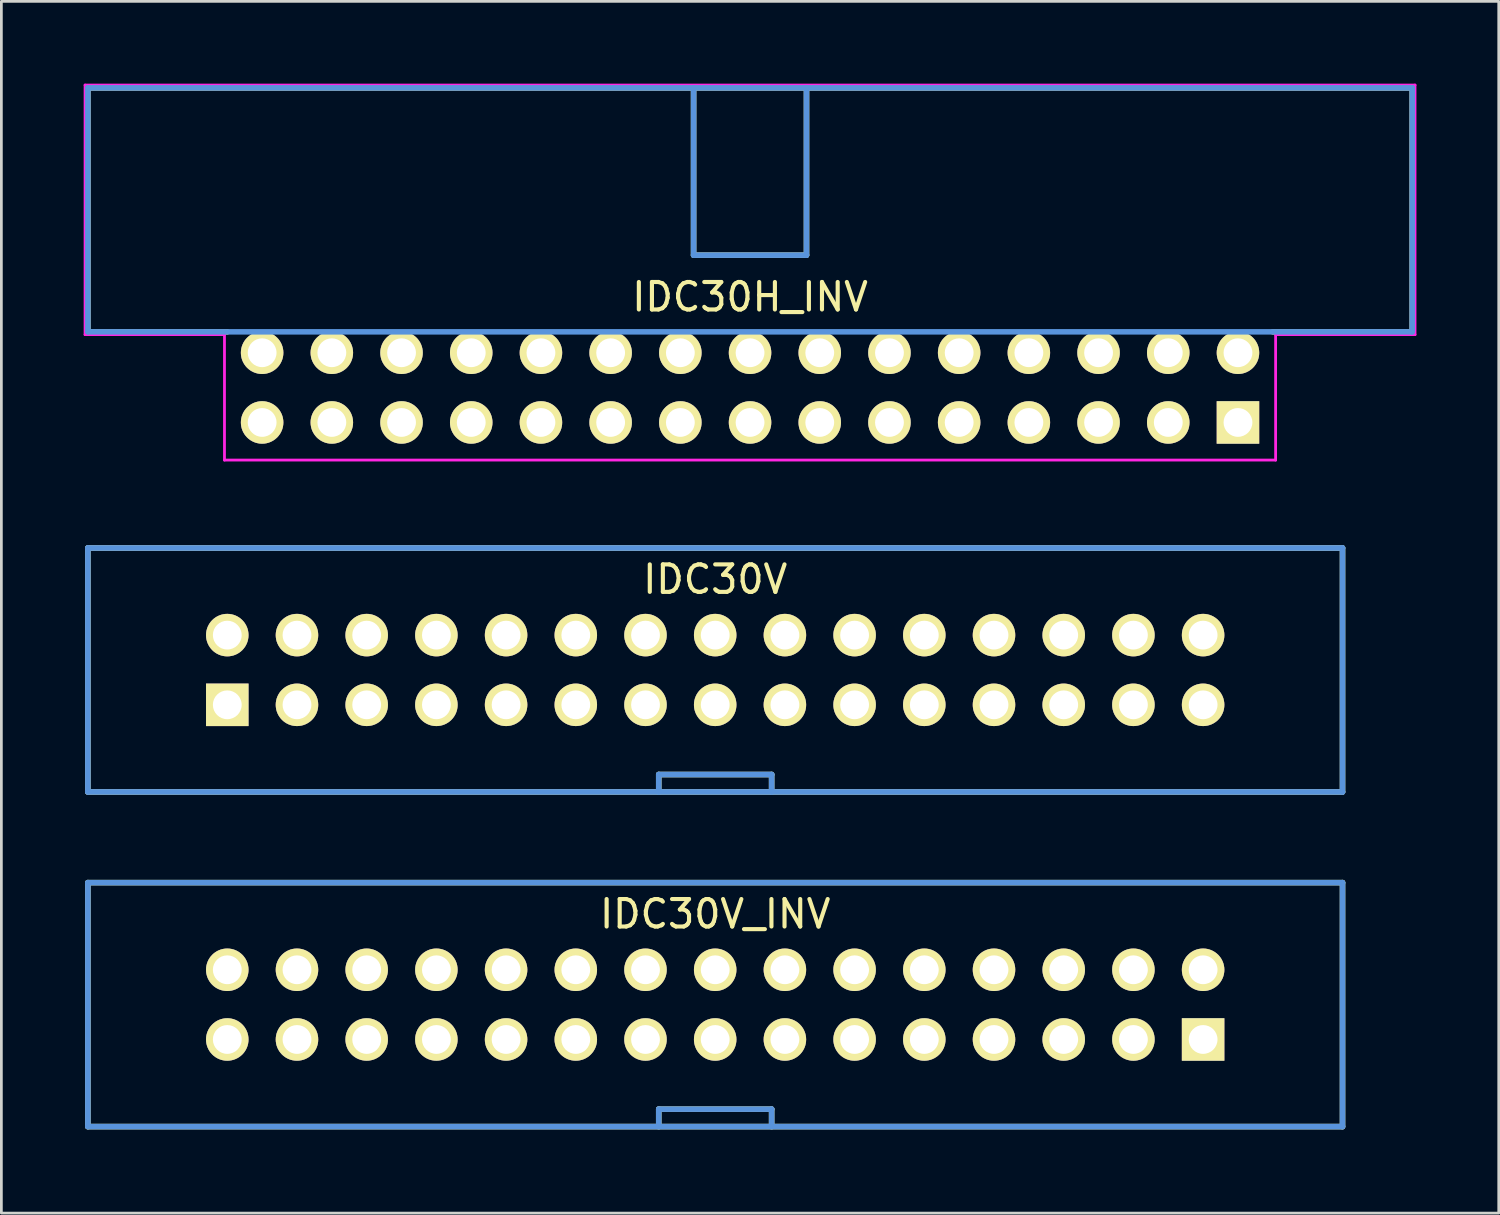
<source format=kicad_pcb>
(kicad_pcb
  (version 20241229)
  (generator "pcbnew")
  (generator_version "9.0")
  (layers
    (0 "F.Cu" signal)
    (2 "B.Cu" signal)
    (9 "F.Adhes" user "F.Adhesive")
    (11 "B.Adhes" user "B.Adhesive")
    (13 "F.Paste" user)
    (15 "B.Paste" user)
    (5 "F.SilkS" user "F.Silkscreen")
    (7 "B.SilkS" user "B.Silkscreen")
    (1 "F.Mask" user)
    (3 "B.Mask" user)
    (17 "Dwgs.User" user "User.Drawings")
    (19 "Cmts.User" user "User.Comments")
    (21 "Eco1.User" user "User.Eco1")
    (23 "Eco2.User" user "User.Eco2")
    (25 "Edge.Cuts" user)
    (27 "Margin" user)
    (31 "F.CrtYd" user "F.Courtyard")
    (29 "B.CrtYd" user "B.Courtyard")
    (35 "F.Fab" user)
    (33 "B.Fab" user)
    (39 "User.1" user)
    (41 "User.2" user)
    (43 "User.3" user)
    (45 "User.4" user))
  (footprint "IDC30V"
    (layer "F.Cu")
    (at 5.232 22.634)
    (property "Reference" "IDC30V" (at 17.78 -4.572 0) (layer "F.SilkS") (effects (font (size 1.001 1.001) (thickness 0.15))))
    (attr through_hole)
    (fp_line (start -5.08 -5.715) (end 40.64 -5.715) (stroke (width 0.203) (type solid)) (layer "F.SilkS"))
    (fp_line (start -5.08 3.175) (end -5.08 -5.715) (stroke (width 0.203) (type solid)) (layer "F.SilkS"))
    (fp_line (start 15.723 2.54) (end 19.837 2.54) (stroke (width 0.203) (type solid)) (layer "F.SilkS"))
    (fp_line (start 15.723 3.175) (end 15.723 2.54) (stroke (width 0.203) (type solid)) (layer "F.SilkS"))
    (fp_line (start 19.837 3.175) (end 19.837 2.54) (stroke (width 0.203) (type solid)) (layer "F.SilkS"))
    (fp_line (start 40.64 -5.715) (end 40.64 3.175) (stroke (width 0.203) (type solid)) (layer "F.SilkS"))
    (fp_line (start 40.64 3.175) (end -5.08 3.175) (stroke (width 0.203) (type solid)) (layer "F.SilkS"))
    (fp_line (start -5.08 -5.715) (end 40.64 -5.715) (stroke (width 0.203) (type solid)) (layer "Cmts.User"))
    (fp_line (start -5.08 3.175) (end -5.08 -5.715) (stroke (width 0.203) (type solid)) (layer "Cmts.User"))
    (fp_line (start 15.723 2.54) (end 19.837 2.54) (stroke (width 0.203) (type solid)) (layer "Cmts.User"))
    (fp_line (start 15.723 3.175) (end 15.723 2.54) (stroke (width 0.203) (type solid)) (layer "Cmts.User"))
    (fp_line (start 19.837 3.175) (end 19.837 2.54) (stroke (width 0.203) (type solid)) (layer "Cmts.User"))
    (fp_line (start 40.64 -5.715) (end 40.64 3.175) (stroke (width 0.203) (type solid)) (layer "Cmts.User"))
    (fp_line (start 40.64 3.175) (end -5.08 3.175) (stroke (width 0.203) (type solid)) (layer "Cmts.User"))
    (fp_line (start -5.182 -5.817) (end 40.742 -5.817) (stroke (width 0.102) (type solid)) (layer "Eco1.User"))
    (fp_line (start -5.182 3.277) (end -5.182 -5.817) (stroke (width 0.102) (type solid)) (layer "Eco1.User"))
    (fp_line (start 40.742 -5.817) (end 40.742 3.277) (stroke (width 0.102) (type solid)) (layer "Eco1.User"))
    (fp_line (start 40.742 3.277) (end -5.182 3.277) (stroke (width 0.102) (type solid)) (layer "Eco1.User"))
    (pad "1" thru_hole rect (at 0 0) (size 1.549 1.549) (drill 1.049) (layers "*.Cu" "*.Mask" "F.SilkS"))
    (pad "2" thru_hole circle (at 0 -2.54) (size 1.549 1.549) (drill 1.049) (layers "*.Cu" "*.Mask" "F.SilkS"))
    (pad "3" thru_hole circle (at 2.54 0) (size 1.549 1.549) (drill 1.049) (layers "*.Cu" "*.Mask" "F.SilkS"))
    (pad "4" thru_hole circle (at 2.54 -2.54) (size 1.549 1.549) (drill 1.049) (layers "*.Cu" "*.Mask" "F.SilkS"))
    (pad "5" thru_hole circle (at 5.08 0) (size 1.549 1.549) (drill 1.049) (layers "*.Cu" "*.Mask" "F.SilkS"))
    (pad "6" thru_hole circle (at 5.08 -2.54) (size 1.549 1.549) (drill 1.049) (layers "*.Cu" "*.Mask" "F.SilkS"))
    (pad "7" thru_hole circle (at 7.62 0) (size 1.549 1.549) (drill 1.049) (layers "*.Cu" "*.Mask" "F.SilkS"))
    (pad "8" thru_hole circle (at 7.62 -2.54) (size 1.549 1.549) (drill 1.049) (layers "*.Cu" "*.Mask" "F.SilkS"))
    (pad "9" thru_hole circle (at 10.16 0) (size 1.549 1.549) (drill 1.049) (layers "*.Cu" "*.Mask" "F.SilkS"))
    (pad "10" thru_hole circle (at 10.16 -2.54) (size 1.549 1.549) (drill 1.049) (layers "*.Cu" "*.Mask" "F.SilkS"))
    (pad "11" thru_hole circle (at 12.7 0) (size 1.549 1.549) (drill 1.049) (layers "*.Cu" "*.Mask" "F.SilkS"))
    (pad "12" thru_hole circle (at 12.7 -2.54) (size 1.549 1.549) (drill 1.049) (layers "*.Cu" "*.Mask" "F.SilkS"))
    (pad "13" thru_hole circle (at 15.24 0) (size 1.549 1.549) (drill 1.049) (layers "*.Cu" "*.Mask" "F.SilkS"))
    (pad "14" thru_hole circle (at 15.24 -2.54) (size 1.549 1.549) (drill 1.049) (layers "*.Cu" "*.Mask" "F.SilkS"))
    (pad "15" thru_hole circle (at 17.78 0) (size 1.549 1.549) (drill 1.049) (layers "*.Cu" "*.Mask" "F.SilkS"))
    (pad "16" thru_hole circle (at 17.78 -2.54) (size 1.549 1.549) (drill 1.049) (layers "*.Cu" "*.Mask" "F.SilkS"))
    (pad "17" thru_hole circle (at 20.32 0) (size 1.549 1.549) (drill 1.049) (layers "*.Cu" "*.Mask" "F.SilkS"))
    (pad "18" thru_hole circle (at 20.32 -2.54) (size 1.549 1.549) (drill 1.049) (layers "*.Cu" "*.Mask" "F.SilkS"))
    (pad "19" thru_hole circle (at 22.86 0) (size 1.549 1.549) (drill 1.049) (layers "*.Cu" "*.Mask" "F.SilkS"))
    (pad "20" thru_hole circle (at 22.86 -2.54) (size 1.549 1.549) (drill 1.049) (layers "*.Cu" "*.Mask" "F.SilkS"))
    (pad "21" thru_hole circle (at 25.4 0) (size 1.549 1.549) (drill 1.049) (layers "*.Cu" "*.Mask" "F.SilkS"))
    (pad "22" thru_hole circle (at 25.4 -2.54) (size 1.549 1.549) (drill 1.049) (layers "*.Cu" "*.Mask" "F.SilkS"))
    (pad "23" thru_hole circle (at 27.94 0) (size 1.549 1.549) (drill 1.049) (layers "*.Cu" "*.Mask" "F.SilkS"))
    (pad "24" thru_hole circle (at 27.94 -2.54) (size 1.549 1.549) (drill 1.049) (layers "*.Cu" "*.Mask" "F.SilkS"))
    (pad "25" thru_hole circle (at 30.48 0) (size 1.549 1.549) (drill 1.049) (layers "*.Cu" "*.Mask" "F.SilkS"))
    (pad "26" thru_hole circle (at 30.48 -2.54) (size 1.549 1.549) (drill 1.049) (layers "*.Cu" "*.Mask" "F.SilkS"))
    (pad "27" thru_hole circle (at 33.02 0) (size 1.549 1.549) (drill 1.049) (layers "*.Cu" "*.Mask" "F.SilkS"))
    (pad "28" thru_hole circle (at 33.02 -2.54) (size 1.549 1.549) (drill 1.049) (layers "*.Cu" "*.Mask" "F.SilkS"))
    (pad "29" thru_hole circle (at 35.56 0) (size 1.549 1.549) (drill 1.049) (layers "*.Cu" "*.Mask" "F.SilkS"))
    (pad "30" thru_hole circle (at 35.56 -2.54) (size 1.549 1.549) (drill 1.049) (layers "*.Cu" "*.Mask" "F.SilkS")))
  (footprint "IDC30H_INV"
    (layer "F.Cu")
    (at 6.502 12.344)
    (property "Reference" "IDC30H_INV" (at 17.78 -4.572 0) (layer "F.SilkS") (effects (font (size 1.001 1.001) (thickness 0.15))))
    (attr through_hole)
    (fp_line (start -6.35 -12.192) (end 41.91 -12.192) (stroke (width 0.203) (type solid)) (layer "F.SilkS"))
    (fp_line (start -6.35 -3.302) (end -6.35 -12.192) (stroke (width 0.203) (type solid)) (layer "F.SilkS"))
    (fp_line (start -6.35 -3.302) (end -1.27 -3.302) (stroke (width 0.203) (type solid)) (layer "F.SilkS"))
    (fp_line (start 15.723 -12.192) (end 15.723 -6.096) (stroke (width 0.203) (type solid)) (layer "F.SilkS"))
    (fp_line (start 15.723 -6.096) (end 19.837 -6.096) (stroke (width 0.203) (type solid)) (layer "F.SilkS"))
    (fp_line (start 19.837 -12.192) (end 19.837 -6.096) (stroke (width 0.203) (type solid)) (layer "F.SilkS"))
    (fp_line (start 41.91 -12.192) (end 41.91 -3.302) (stroke (width 0.203) (type solid)) (layer "F.SilkS"))
    (fp_line (start 41.91 -3.302) (end 36.83 -3.302) (stroke (width 0.203) (type solid)) (layer "F.SilkS"))
    (fp_line (start -6.35 -12.192) (end -6.35 -3.302) (stroke (width 0.203) (type solid)) (layer "Cmts.User"))
    (fp_line (start -6.35 -3.302) (end 41.91 -3.302) (stroke (width 0.203) (type solid)) (layer "Cmts.User"))
    (fp_line (start 15.723 -12.192) (end 15.723 -6.096) (stroke (width 0.203) (type solid)) (layer "Cmts.User"))
    (fp_line (start 15.723 -6.096) (end 19.837 -6.096) (stroke (width 0.203) (type solid)) (layer "Cmts.User"))
    (fp_line (start 19.837 -12.192) (end 19.837 -6.096) (stroke (width 0.203) (type solid)) (layer "Cmts.User"))
    (fp_line (start 41.91 -12.192) (end -6.35 -12.192) (stroke (width 0.203) (type solid)) (layer "Cmts.User"))
    (fp_line (start 41.91 -3.302) (end 41.91 -12.192) (stroke (width 0.203) (type solid)) (layer "Cmts.User"))
    (fp_line (start -6.452 -12.294) (end -6.452 -3.2) (stroke (width 0.102) (type solid)) (layer "F.CrtYd"))
    (fp_line (start -6.452 -3.2) (end -1.372 -3.2) (stroke (width 0.102) (type solid)) (layer "F.CrtYd"))
    (fp_line (start -1.372 -3.2) (end -1.372 1.372) (stroke (width 0.102) (type solid)) (layer "F.CrtYd"))
    (fp_line (start -1.372 1.372) (end 36.932 1.372) (stroke (width 0.102) (type solid)) (layer "F.CrtYd"))
    (fp_line (start 36.932 -3.2) (end 42.012 -3.2) (stroke (width 0.102) (type solid)) (layer "F.CrtYd"))
    (fp_line (start 36.932 1.372) (end 36.932 -3.2) (stroke (width 0.102) (type solid)) (layer "F.CrtYd"))
    (fp_line (start 42.012 -12.294) (end -6.452 -12.294) (stroke (width 0.102) (type solid)) (layer "F.CrtYd"))
    (fp_line (start 42.012 -3.2) (end 42.012 -12.294) (stroke (width 0.102) (type solid)) (layer "F.CrtYd"))
    (pad "1" thru_hole rect (at 35.56 0) (size 1.549 1.549) (drill 1.049) (layers "*.Cu" "*.Mask" "F.SilkS"))
    (pad "2" thru_hole circle (at 35.56 -2.54) (size 1.549 1.549) (drill 1.049) (layers "*.Cu" "*.Mask" "F.SilkS"))
    (pad "3" thru_hole circle (at 33.02 0) (size 1.549 1.549) (drill 1.049) (layers "*.Cu" "*.Mask" "F.SilkS"))
    (pad "4" thru_hole circle (at 33.02 -2.54) (size 1.549 1.549) (drill 1.049) (layers "*.Cu" "*.Mask" "F.SilkS"))
    (pad "5" thru_hole circle (at 30.48 0) (size 1.549 1.549) (drill 1.049) (layers "*.Cu" "*.Mask" "F.SilkS"))
    (pad "6" thru_hole circle (at 30.48 -2.54) (size 1.549 1.549) (drill 1.049) (layers "*.Cu" "*.Mask" "F.SilkS"))
    (pad "7" thru_hole circle (at 27.94 0) (size 1.549 1.549) (drill 1.049) (layers "*.Cu" "*.Mask" "F.SilkS"))
    (pad "8" thru_hole circle (at 27.94 -2.54) (size 1.549 1.549) (drill 1.049) (layers "*.Cu" "*.Mask" "F.SilkS"))
    (pad "9" thru_hole circle (at 25.4 0) (size 1.549 1.549) (drill 1.049) (layers "*.Cu" "*.Mask" "F.SilkS"))
    (pad "10" thru_hole circle (at 25.4 -2.54) (size 1.549 1.549) (drill 1.049) (layers "*.Cu" "*.Mask" "F.SilkS"))
    (pad "11" thru_hole circle (at 22.86 0) (size 1.549 1.549) (drill 1.049) (layers "*.Cu" "*.Mask" "F.SilkS"))
    (pad "12" thru_hole circle (at 22.86 -2.54) (size 1.549 1.549) (drill 1.049) (layers "*.Cu" "*.Mask" "F.SilkS"))
    (pad "13" thru_hole circle (at 20.32 0) (size 1.549 1.549) (drill 1.049) (layers "*.Cu" "*.Mask" "F.SilkS"))
    (pad "14" thru_hole circle (at 20.32 -2.54) (size 1.549 1.549) (drill 1.049) (layers "*.Cu" "*.Mask" "F.SilkS"))
    (pad "15" thru_hole circle (at 17.78 0) (size 1.549 1.549) (drill 1.049) (layers "*.Cu" "*.Mask" "F.SilkS"))
    (pad "16" thru_hole circle (at 17.78 -2.54) (size 1.549 1.549) (drill 1.049) (layers "*.Cu" "*.Mask" "F.SilkS"))
    (pad "17" thru_hole circle (at 15.24 0) (size 1.549 1.549) (drill 1.049) (layers "*.Cu" "*.Mask" "F.SilkS"))
    (pad "18" thru_hole circle (at 15.24 -2.54) (size 1.549 1.549) (drill 1.049) (layers "*.Cu" "*.Mask" "F.SilkS"))
    (pad "19" thru_hole circle (at 12.7 0) (size 1.549 1.549) (drill 1.049) (layers "*.Cu" "*.Mask" "F.SilkS"))
    (pad "20" thru_hole circle (at 12.7 -2.54) (size 1.549 1.549) (drill 1.049) (layers "*.Cu" "*.Mask" "F.SilkS"))
    (pad "21" thru_hole circle (at 10.16 0) (size 1.549 1.549) (drill 1.049) (layers "*.Cu" "*.Mask" "F.SilkS"))
    (pad "22" thru_hole circle (at 10.16 -2.54) (size 1.549 1.549) (drill 1.049) (layers "*.Cu" "*.Mask" "F.SilkS"))
    (pad "23" thru_hole circle (at 7.62 0) (size 1.549 1.549) (drill 1.049) (layers "*.Cu" "*.Mask" "F.SilkS"))
    (pad "24" thru_hole circle (at 7.62 -2.54) (size 1.549 1.549) (drill 1.049) (layers "*.Cu" "*.Mask" "F.SilkS"))
    (pad "25" thru_hole circle (at 5.08 0) (size 1.549 1.549) (drill 1.049) (layers "*.Cu" "*.Mask" "F.SilkS"))
    (pad "26" thru_hole circle (at 5.08 -2.54) (size 1.549 1.549) (drill 1.049) (layers "*.Cu" "*.Mask" "F.SilkS"))
    (pad "27" thru_hole circle (at 2.54 0) (size 1.549 1.549) (drill 1.049) (layers "*.Cu" "*.Mask" "F.SilkS"))
    (pad "28" thru_hole circle (at 2.54 -2.54) (size 1.549 1.549) (drill 1.049) (layers "*.Cu" "*.Mask" "F.SilkS"))
    (pad "29" thru_hole circle (at 0 0) (size 1.549 1.549) (drill 1.049) (layers "*.Cu" "*.Mask" "F.SilkS"))
    (pad "30" thru_hole circle (at 0 -2.54) (size 1.549 1.549) (drill 1.049) (layers "*.Cu" "*.Mask" "F.SilkS")))
  (footprint "IDC30V_INV"
    (layer "F.Cu")
    (at 5.232 34.829)
    (property "Reference" "IDC30V_INV" (at 17.78 -4.572 0) (layer "F.SilkS") (effects (font (size 1.001 1.001) (thickness 0.15))))
    (attr through_hole)
    (fp_line (start -5.08 -5.715) (end 40.64 -5.715) (stroke (width 0.203) (type solid)) (layer "F.SilkS"))
    (fp_line (start -5.08 3.175) (end -5.08 -5.715) (stroke (width 0.203) (type solid)) (layer "F.SilkS"))
    (fp_line (start 15.723 2.54) (end 19.837 2.54) (stroke (width 0.203) (type solid)) (layer "F.SilkS"))
    (fp_line (start 15.723 3.175) (end 15.723 2.54) (stroke (width 0.203) (type solid)) (layer "F.SilkS"))
    (fp_line (start 19.837 3.175) (end 19.837 2.54) (stroke (width 0.203) (type solid)) (layer "F.SilkS"))
    (fp_line (start 40.64 -5.715) (end 40.64 3.175) (stroke (width 0.203) (type solid)) (layer "F.SilkS"))
    (fp_line (start 40.64 3.175) (end -5.08 3.175) (stroke (width 0.203) (type solid)) (layer "F.SilkS"))
    (fp_line (start -5.08 -5.715) (end 40.64 -5.715) (stroke (width 0.203) (type solid)) (layer "Cmts.User"))
    (fp_line (start -5.08 3.175) (end -5.08 -5.715) (stroke (width 0.203) (type solid)) (layer "Cmts.User"))
    (fp_line (start 15.723 2.54) (end 19.837 2.54) (stroke (width 0.203) (type solid)) (layer "Cmts.User"))
    (fp_line (start 15.723 3.175) (end 15.723 2.54) (stroke (width 0.203) (type solid)) (layer "Cmts.User"))
    (fp_line (start 19.837 3.175) (end 19.837 2.54) (stroke (width 0.203) (type solid)) (layer "Cmts.User"))
    (fp_line (start 40.64 -5.715) (end 40.64 3.175) (stroke (width 0.203) (type solid)) (layer "Cmts.User"))
    (fp_line (start 40.64 3.175) (end -5.08 3.175) (stroke (width 0.203) (type solid)) (layer "Cmts.User"))
    (fp_line (start -5.182 -5.817) (end 40.742 -5.817) (stroke (width 0.102) (type solid)) (layer "Eco1.User"))
    (fp_line (start -5.182 3.277) (end -5.182 -5.817) (stroke (width 0.102) (type solid)) (layer "Eco1.User"))
    (fp_line (start 40.742 -5.817) (end 40.742 3.277) (stroke (width 0.102) (type solid)) (layer "Eco1.User"))
    (fp_line (start 40.742 3.277) (end -5.182 3.277) (stroke (width 0.102) (type solid)) (layer "Eco1.User"))
    (pad "1" thru_hole rect (at 35.56 0) (size 1.549 1.549) (drill 1.049) (layers "*.Cu" "*.Mask" "F.SilkS"))
    (pad "2" thru_hole circle (at 35.56 -2.54) (size 1.549 1.549) (drill 1.049) (layers "*.Cu" "*.Mask" "F.SilkS"))
    (pad "3" thru_hole circle (at 33.02 0) (size 1.549 1.549) (drill 1.049) (layers "*.Cu" "*.Mask" "F.SilkS"))
    (pad "4" thru_hole circle (at 33.02 -2.54) (size 1.549 1.549) (drill 1.049) (layers "*.Cu" "*.Mask" "F.SilkS"))
    (pad "5" thru_hole circle (at 30.48 0) (size 1.549 1.549) (drill 1.049) (layers "*.Cu" "*.Mask" "F.SilkS"))
    (pad "6" thru_hole circle (at 30.48 -2.54) (size 1.549 1.549) (drill 1.049) (layers "*.Cu" "*.Mask" "F.SilkS"))
    (pad "7" thru_hole circle (at 27.94 0) (size 1.549 1.549) (drill 1.049) (layers "*.Cu" "*.Mask" "F.SilkS"))
    (pad "8" thru_hole circle (at 27.94 -2.54) (size 1.549 1.549) (drill 1.049) (layers "*.Cu" "*.Mask" "F.SilkS"))
    (pad "9" thru_hole circle (at 25.4 0) (size 1.549 1.549) (drill 1.049) (layers "*.Cu" "*.Mask" "F.SilkS"))
    (pad "10" thru_hole circle (at 25.4 -2.54) (size 1.549 1.549) (drill 1.049) (layers "*.Cu" "*.Mask" "F.SilkS"))
    (pad "11" thru_hole circle (at 22.86 0) (size 1.549 1.549) (drill 1.049) (layers "*.Cu" "*.Mask" "F.SilkS"))
    (pad "12" thru_hole circle (at 22.86 -2.54) (size 1.549 1.549) (drill 1.049) (layers "*.Cu" "*.Mask" "F.SilkS"))
    (pad "13" thru_hole circle (at 20.32 0) (size 1.549 1.549) (drill 1.049) (layers "*.Cu" "*.Mask" "F.SilkS"))
    (pad "14" thru_hole circle (at 20.32 -2.54) (size 1.549 1.549) (drill 1.049) (layers "*.Cu" "*.Mask" "F.SilkS"))
    (pad "15" thru_hole circle (at 17.78 0) (size 1.549 1.549) (drill 1.049) (layers "*.Cu" "*.Mask" "F.SilkS"))
    (pad "16" thru_hole circle (at 17.78 -2.54) (size 1.549 1.549) (drill 1.049) (layers "*.Cu" "*.Mask" "F.SilkS"))
    (pad "17" thru_hole circle (at 15.24 0) (size 1.549 1.549) (drill 1.049) (layers "*.Cu" "*.Mask" "F.SilkS"))
    (pad "18" thru_hole circle (at 15.24 -2.54) (size 1.549 1.549) (drill 1.049) (layers "*.Cu" "*.Mask" "F.SilkS"))
    (pad "19" thru_hole circle (at 12.7 0) (size 1.549 1.549) (drill 1.049) (layers "*.Cu" "*.Mask" "F.SilkS"))
    (pad "20" thru_hole circle (at 12.7 -2.54) (size 1.549 1.549) (drill 1.049) (layers "*.Cu" "*.Mask" "F.SilkS"))
    (pad "21" thru_hole circle (at 10.16 0) (size 1.549 1.549) (drill 1.049) (layers "*.Cu" "*.Mask" "F.SilkS"))
    (pad "22" thru_hole circle (at 10.16 -2.54) (size 1.549 1.549) (drill 1.049) (layers "*.Cu" "*.Mask" "F.SilkS"))
    (pad "23" thru_hole circle (at 7.62 0) (size 1.549 1.549) (drill 1.049) (layers "*.Cu" "*.Mask" "F.SilkS"))
    (pad "24" thru_hole circle (at 7.62 -2.54) (size 1.549 1.549) (drill 1.049) (layers "*.Cu" "*.Mask" "F.SilkS"))
    (pad "25" thru_hole circle (at 5.08 0) (size 1.549 1.549) (drill 1.049) (layers "*.Cu" "*.Mask" "F.SilkS"))
    (pad "26" thru_hole circle (at 5.08 -2.54) (size 1.549 1.549) (drill 1.049) (layers "*.Cu" "*.Mask" "F.SilkS"))
    (pad "27" thru_hole circle (at 2.54 0) (size 1.549 1.549) (drill 1.049) (layers "*.Cu" "*.Mask" "F.SilkS"))
    (pad "28" thru_hole circle (at 2.54 -2.54) (size 1.549 1.549) (drill 1.049) (layers "*.Cu" "*.Mask" "F.SilkS"))
    (pad "29" thru_hole circle (at 0 0) (size 1.549 1.549) (drill 1.049) (layers "*.Cu" "*.Mask" "F.SilkS"))
    (pad "30" thru_hole circle (at 0 -2.54) (size 1.549 1.549) (drill 1.049) (layers "*.Cu" "*.Mask" "F.SilkS")))
  (gr_rect
    (start -3 -3)
    (end 51.565 41.156)
    (stroke (width 0.1) (type default))
    (fill no)
    (layer "Edge.Cuts")))
</source>
